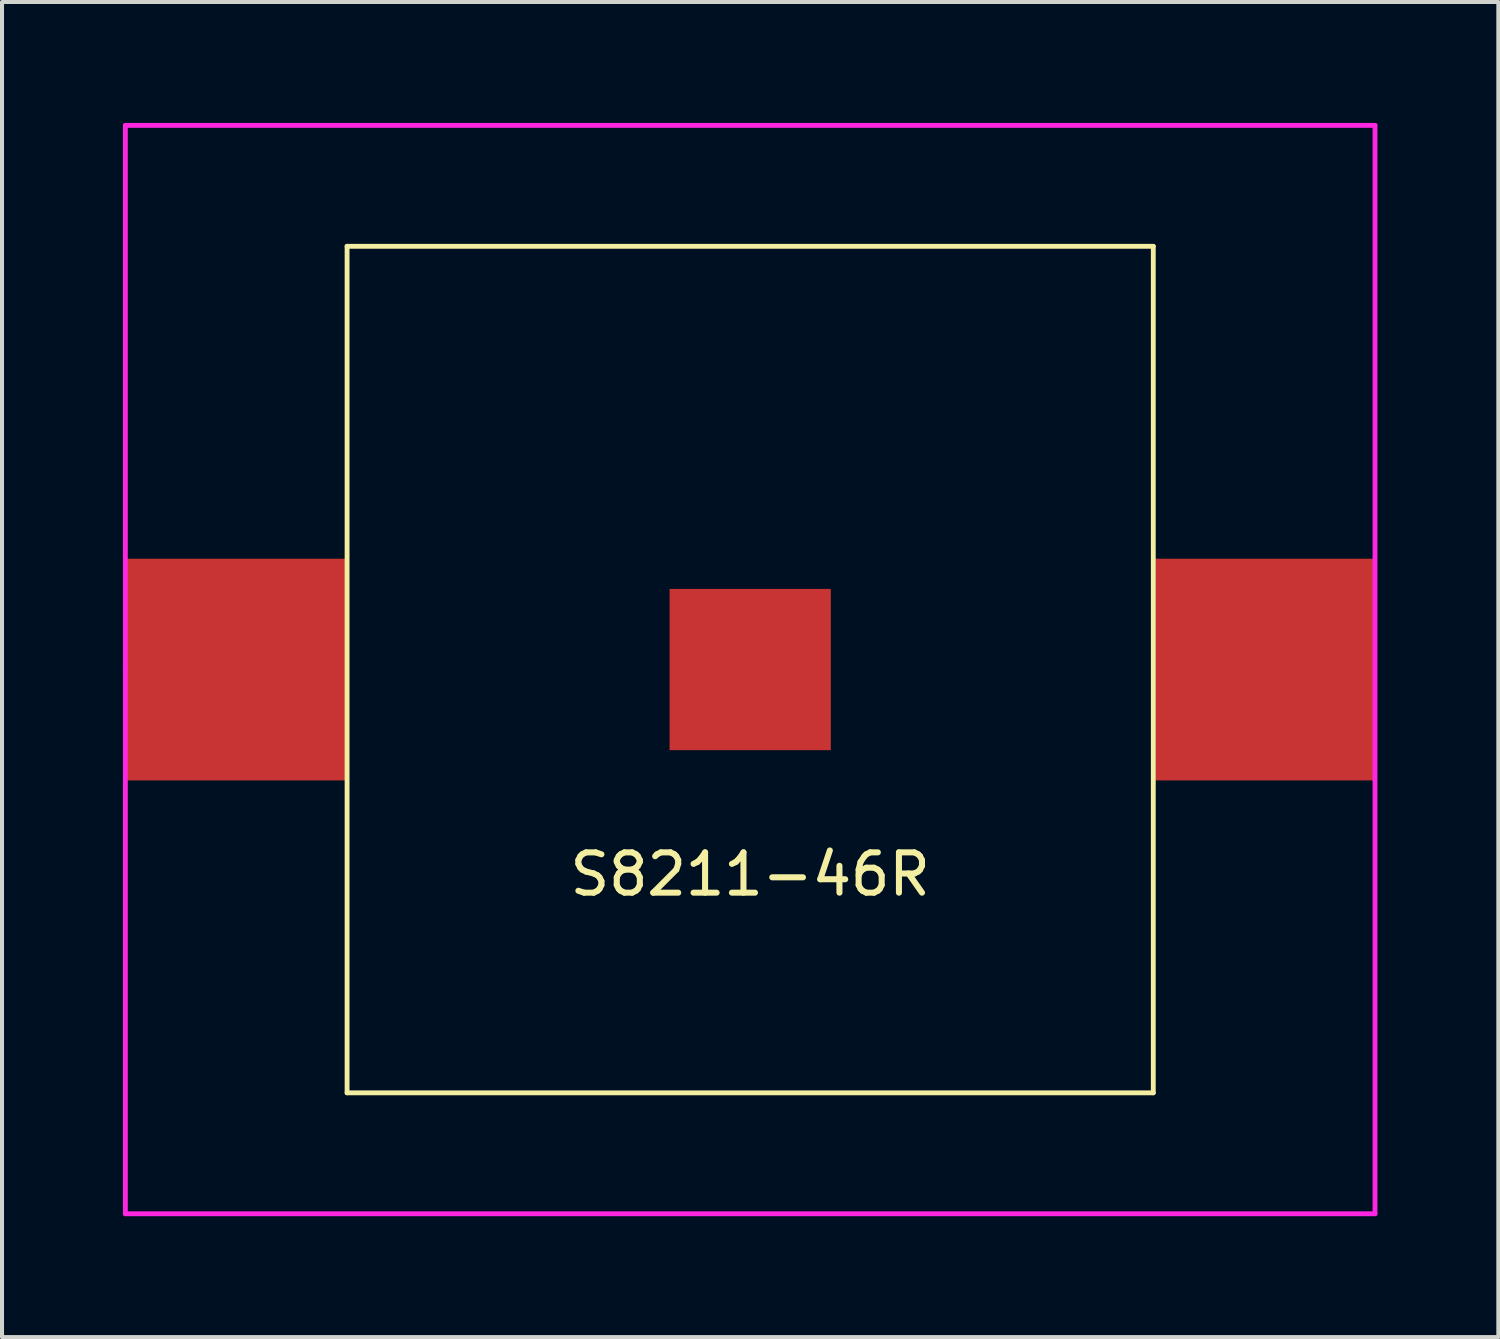
<source format=kicad_pcb>
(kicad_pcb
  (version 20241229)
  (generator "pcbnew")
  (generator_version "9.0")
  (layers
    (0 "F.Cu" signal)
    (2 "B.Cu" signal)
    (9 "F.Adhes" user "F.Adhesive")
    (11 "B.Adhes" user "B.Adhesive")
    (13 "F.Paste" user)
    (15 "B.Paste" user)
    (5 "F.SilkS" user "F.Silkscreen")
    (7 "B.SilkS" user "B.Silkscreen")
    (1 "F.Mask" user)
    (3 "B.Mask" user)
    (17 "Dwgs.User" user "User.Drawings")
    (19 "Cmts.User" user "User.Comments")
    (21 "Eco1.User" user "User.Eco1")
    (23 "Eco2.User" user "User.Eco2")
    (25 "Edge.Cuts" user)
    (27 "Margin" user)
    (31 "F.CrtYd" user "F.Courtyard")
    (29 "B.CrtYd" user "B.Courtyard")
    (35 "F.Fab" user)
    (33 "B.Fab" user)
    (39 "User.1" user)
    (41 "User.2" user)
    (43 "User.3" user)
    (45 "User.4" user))
  (footprint "S8211-46R"
    (layer "F.Cu")
    (at 15.56 13.56)
    (property "Reference" "S8211-46R" (at 0 5.08 0) (layer "F.SilkS") (effects (font (size 1 1) (thickness 0.15))))
    (attr through_hole)
    (fp_line (start -10 -10.5) (end 10 -10.5) (stroke (width 0.12) (type solid)) (layer "F.SilkS"))
    (fp_line (start -10 10.5) (end -10 -10.5) (stroke (width 0.12) (type solid)) (layer "F.SilkS"))
    (fp_line (start 10 -10.5) (end 10 10.5) (stroke (width 0.12) (type solid)) (layer "F.SilkS"))
    (fp_line (start 10 10.5) (end -10 10.5) (stroke (width 0.12) (type solid)) (layer "F.SilkS"))
    (fp_line (start -15.5 -13.5) (end 15.5 -13.5) (stroke (width 0.12) (type solid)) (layer "F.CrtYd"))
    (fp_line (start -15.5 0) (end -15.5 -13.5) (stroke (width 0.12) (type solid)) (layer "F.CrtYd"))
    (fp_line (start -15.5 13.5) (end -15.5 0) (stroke (width 0.12) (type solid)) (layer "F.CrtYd"))
    (fp_line (start 15.5 -13.5) (end 15.5 13.5) (stroke (width 0.12) (type solid)) (layer "F.CrtYd"))
    (fp_line (start 15.5 13.5) (end -15.5 13.5) (stroke (width 0.12) (type solid)) (layer "F.CrtYd"))
    (pad "1" smd rect (at -12.8 0) (size 5.5 5.5) (layers "F.Cu" "F.Mask" "F.Paste"))
    (pad "1" smd rect (at 12.8 0) (size 5.5 5.5) (layers "F.Cu" "F.Mask" "F.Paste"))
    (pad "2" smd rect (at 0 0) (size 4 4) (layers "F.Cu" "F.Mask" "F.Paste")))
  (gr_rect
    (start -3 -3)
    (end 34.12 30.12)
    (stroke (width 0.1) (type default))
    (fill no)
    (layer "Edge.Cuts")))
</source>
